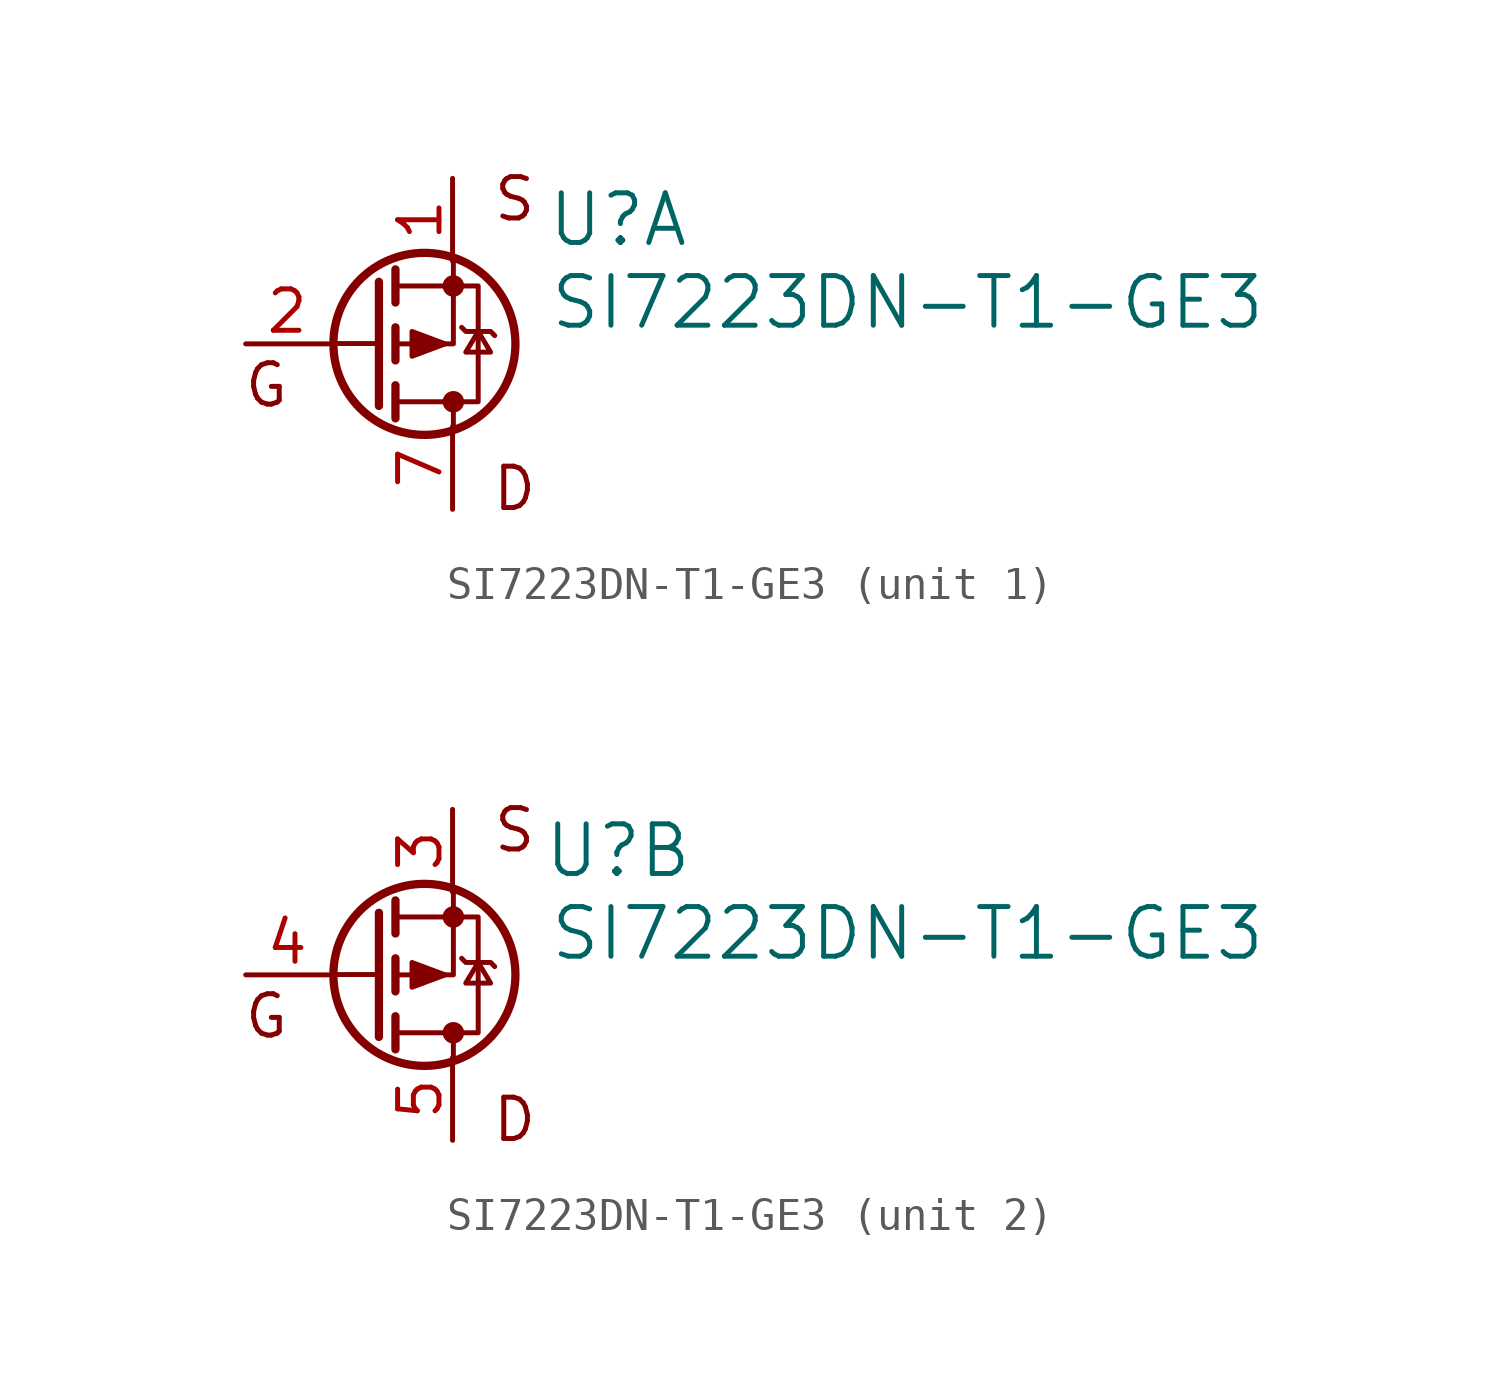
<source format=kicad_sym>
(kicad_symbol_lib
  (version 20211014)
  (generator kicad_symbol_editor)
  (symbol "SI7223DN-T1-GE3"
    (pin_names
      (offset 0.254) hide)
    (property "Reference" "U"
      (at 5.08 3.81 0)
      (effects (font (size 1.524 1.524))))
    (property "Value" "SI7223DN-T1-GE3"
      (at 13.97 1.27 0)
      (effects (font (size 1.524 1.524))))
    (symbol "SI7223DN-T1-GE3_0_0"
      (text "D" (at 1.905 -4.445 0) (effects (font (size 1.27 1.27))))
      (text "G" (at -5.715 -1.27 0) (effects (font (size 1.27 1.27))))
      (text "S" (at 1.905 4.445 0) (effects (font (size 1.27 1.27)))))
    (symbol "SI7223DN-T1-GE3_0_1"
      (circle (center -0.864 0) (radius 2.794) (stroke (width 0.254) (type default) (color 0 0 0 0)) (fill (type none)))
      (polyline (pts (xy -3.619 0.01) (xy -2.245 0.01)) (stroke (width 0) (type default) (color 0 0 0 0)) (fill (type none)))
      (polyline (pts (xy -2.261 -1.905) (xy -2.261 1.905)) (stroke (width 0.254) (type default) (color 0 0 0 0)) (fill (type none)))
      (polyline (pts (xy -1.753 -2.286) (xy -1.753 -1.27)) (stroke (width 0.254) (type default) (color 0 0 0 0)) (fill (type none)))
      (polyline (pts (xy -1.753 -0.508) (xy -1.753 0.508)) (stroke (width 0.254) (type default) (color 0 0 0 0)) (fill (type none)))
      (polyline (pts (xy -1.753 1.27) (xy -1.753 2.286)) (stroke (width 0.254) (type default) (color 0 0 0 0)) (fill (type none)))
      (polyline (pts (xy 0.025 -2.54) (xy 0.025 -1.778)) (stroke (width 0) (type default) (color 0 0 0 0)) (fill (type none)))
      (polyline (pts (xy 0.025 2.54) (xy 0.025 0) (xy -1.753 0)) (stroke (width 0) (type default) (color 0 0 0 0)) (fill (type none)))
      (polyline (pts (xy -1.753 -1.778) (xy 0.787 -1.778) (xy 0.787 1.778) (xy -1.753 1.778)) (stroke (width 0) (type default) (color 0 0 0 0)) (fill (type none)))
      (polyline (pts (xy -0.229 0) (xy -1.245 -0.381) (xy -1.245 0.381) (xy -0.229 0)) (stroke (width 0) (type default) (color 0 0 0 0)) (fill (type outline)))
      (polyline (pts (xy 0.279 0.508) (xy 0.406 0.381) (xy 1.168 0.381) (xy 1.295 0.254)) (stroke (width 0) (type default) (color 0 0 0 0)) (fill (type none)))
      (polyline (pts (xy 0.787 0.381) (xy 0.406 -0.254) (xy 1.168 -0.254) (xy 0.787 0.381)) (stroke (width 0) (type default) (color 0 0 0 0)) (fill (type none)))
      (circle (center 0.025 -1.778) (radius 0.254) (stroke (width 0) (type default) (color 0 0 0 0)) (fill (type outline)))
      (circle (center 0.025 1.778) (radius 0.254) (stroke (width 0) (type default) (color 0 0 0 0)) (fill (type outline))))
    (symbol "SI7223DN-T1-GE3_1_1"
      (pin input line (at 0 5.08 270) (length 2.54) (name "S1" (effects (font (size 1.27 1.27)))) (number "1" (effects (font (size 1.27 1.27)))))
      (pin input line (at -6.35 0 0) (length 2.54) (name "G1" (effects (font (size 1.27 1.27)))) (number "2" (effects (font (size 1.27 1.27)))))
      (pin input line (at 0 -5.08 90) (length 2.54) (name "D1" (effects (font (size 1.27 1.27)))) (number "7" (effects (font (size 1.27 1.27))))))
    (symbol "SI7223DN-T1-GE3_2_1"
      (pin input line (at 0 5.08 270) (length 2.54) (name "S2" (effects (font (size 1.27 1.27)))) (number "3" (effects (font (size 1.27 1.27)))))
      (pin input line (at -6.35 0 0) (length 2.54) (name "G2" (effects (font (size 1.27 1.27)))) (number "4" (effects (font (size 1.27 1.27)))))
      (pin input line (at 0 -5.08 90) (length 2.54) (name "D2" (effects (font (size 1.27 1.27)))) (number "5" (effects (font (size 1.27 1.27))))))))
</source>
